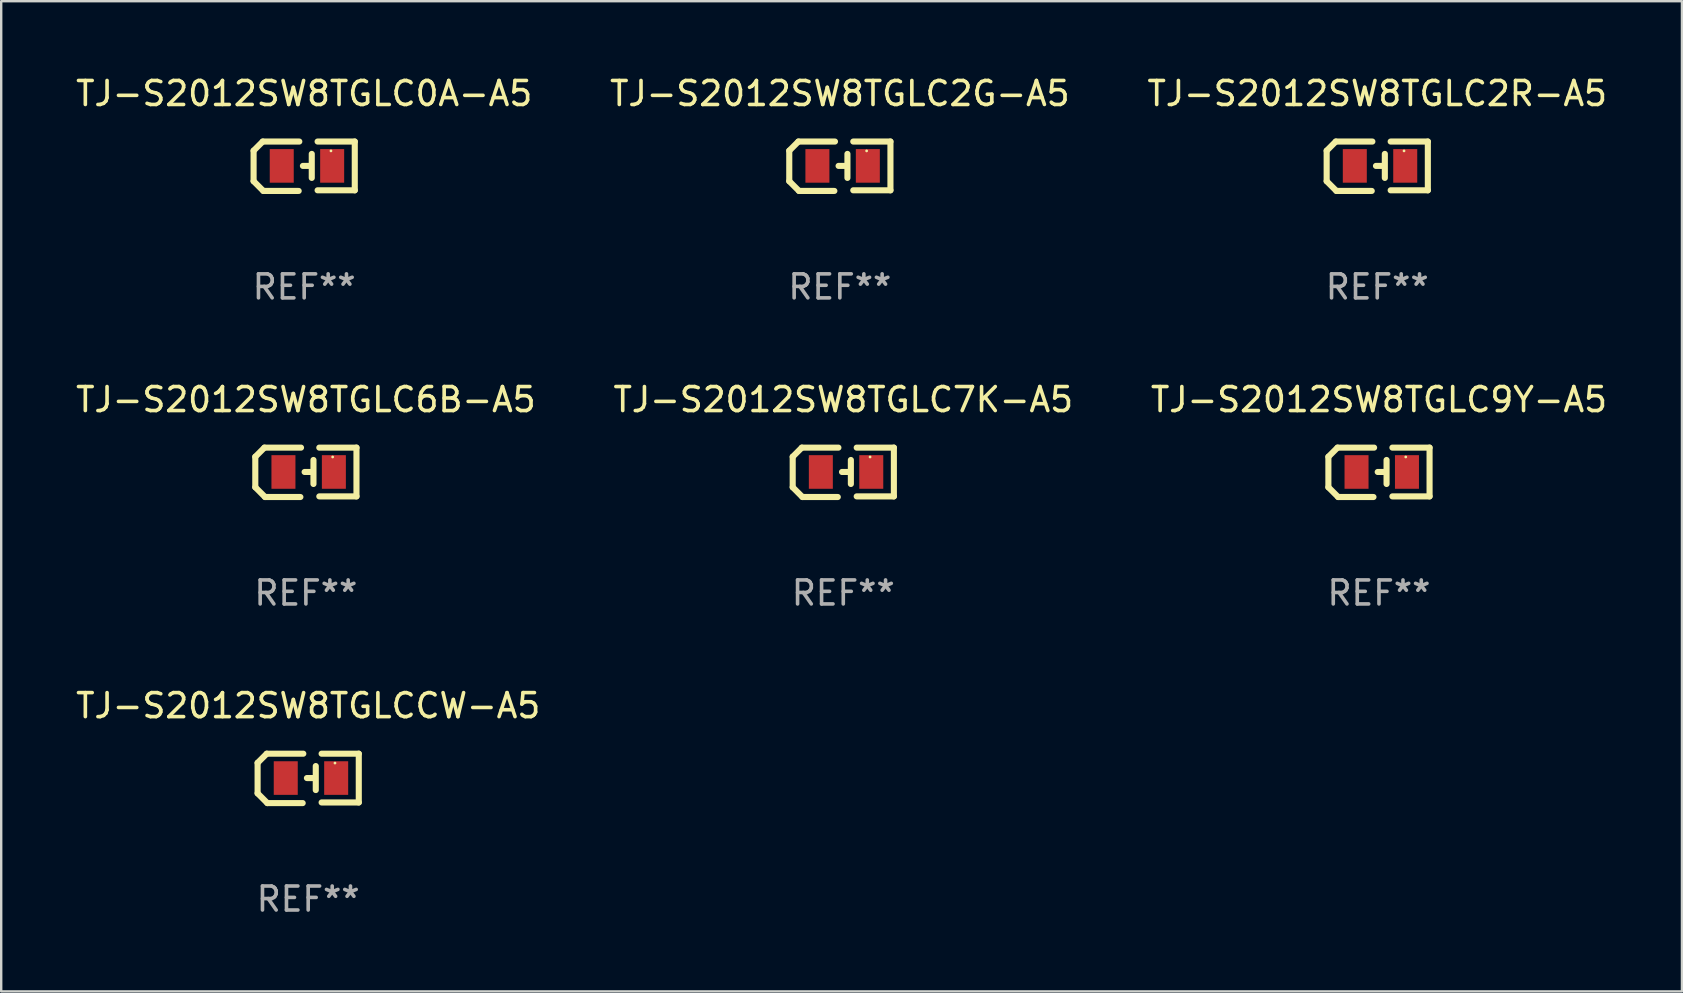
<source format=kicad_pcb>
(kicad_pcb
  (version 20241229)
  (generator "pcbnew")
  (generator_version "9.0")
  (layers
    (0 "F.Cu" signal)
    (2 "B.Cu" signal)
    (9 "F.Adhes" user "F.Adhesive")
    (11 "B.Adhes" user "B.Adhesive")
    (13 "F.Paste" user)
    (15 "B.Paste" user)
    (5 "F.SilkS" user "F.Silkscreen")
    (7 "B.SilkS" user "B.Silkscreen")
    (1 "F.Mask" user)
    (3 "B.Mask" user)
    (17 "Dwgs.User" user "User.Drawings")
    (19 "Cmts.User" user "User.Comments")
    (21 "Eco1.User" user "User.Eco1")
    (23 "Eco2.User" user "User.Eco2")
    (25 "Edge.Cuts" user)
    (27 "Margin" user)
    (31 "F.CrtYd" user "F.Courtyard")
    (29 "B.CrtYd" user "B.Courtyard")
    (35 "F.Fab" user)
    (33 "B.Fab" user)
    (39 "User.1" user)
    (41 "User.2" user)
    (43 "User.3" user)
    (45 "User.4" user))
  (footprint "TJ-S2012SW8TGLC6B-A5"
    (layer "F.Cu")
    (at 9.696 16.631)
    (property "Reference" "TJ-S2012SW8TGLC6B-A5" (at 0 -3.029 0) (layer "F.SilkS") (effects (font (size 1 1) (thickness 0.15))))
    (attr through_hole)
    (fp_line (start -2.108 -0.648) (end -1.727 -1.029) (stroke (width 0.254) (type solid)) (layer "F.SilkS"))
    (fp_line (start -2.108 0.622) (end -2.108 -0.648) (stroke (width 0.254) (type solid)) (layer "F.SilkS"))
    (fp_line (start -1.727 -1.029) (end -0.203 -1.029) (stroke (width 0.254) (type solid)) (layer "F.SilkS"))
    (fp_line (start -1.702 1.029) (end -2.108 0.622) (stroke (width 0.254) (type solid)) (layer "F.SilkS"))
    (fp_line (start -0.229 1.029) (end -1.702 1.029) (stroke (width 0.254) (type solid)) (layer "F.SilkS"))
    (fp_line (start 0.216 -0.014) (end -0.053 -0.014) (stroke (width 0.254) (type solid)) (layer "F.SilkS"))
    (fp_line (start 0.316 -0.514) (end 0.316 0.486) (stroke (width 0.254) (type solid)) (layer "F.SilkS"))
    (fp_line (start 0.559 1.003) (end 2.108 1.003) (stroke (width 0.254) (type solid)) (layer "F.SilkS"))
    (fp_line (start 2.108 -1.029) (end 0.559 -1.029) (stroke (width 0.254) (type solid)) (layer "F.SilkS"))
    (fp_line (start 2.108 1.003) (end 2.108 -1.029) (stroke (width 0.254) (type solid)) (layer "F.SilkS"))
    (fp_circle (center 1.116 -0.639) (end 1.146 -0.639) (stroke (width 0.06) (type solid)) (fill no) (layer "F.SilkS"))
    (fp_text user "REF**" (at 0 5.029 0) (layer "F.Fab") (effects (font (size 1 1) (thickness 0.15))))
    (pad "1" smd rect (at 1.166 -0.014 180) (size 1 1.4) (layers "F.Cu" "F.Mask" "F.Paste"))
    (pad "2" smd rect (at -0.935 -0.014 180) (size 1 1.4) (layers "F.Cu" "F.Mask" "F.Paste")))
  (footprint "TJ-S2012SW8TGLC2R-A5"
    (layer "F.Cu")
    (at 54.339 3.877)
    (property "Reference" "TJ-S2012SW8TGLC2R-A5" (at 0 -3.029 0) (layer "F.SilkS") (effects (font (size 1 1) (thickness 0.15))))
    (attr through_hole)
    (fp_line (start -2.108 -0.648) (end -1.727 -1.029) (stroke (width 0.254) (type solid)) (layer "F.SilkS"))
    (fp_line (start -2.108 0.622) (end -2.108 -0.648) (stroke (width 0.254) (type solid)) (layer "F.SilkS"))
    (fp_line (start -1.727 -1.029) (end -0.203 -1.029) (stroke (width 0.254) (type solid)) (layer "F.SilkS"))
    (fp_line (start -1.702 1.029) (end -2.108 0.622) (stroke (width 0.254) (type solid)) (layer "F.SilkS"))
    (fp_line (start -0.229 1.029) (end -1.702 1.029) (stroke (width 0.254) (type solid)) (layer "F.SilkS"))
    (fp_line (start 0.216 -0.014) (end -0.053 -0.014) (stroke (width 0.254) (type solid)) (layer "F.SilkS"))
    (fp_line (start 0.316 -0.514) (end 0.316 0.486) (stroke (width 0.254) (type solid)) (layer "F.SilkS"))
    (fp_line (start 0.559 1.003) (end 2.108 1.003) (stroke (width 0.254) (type solid)) (layer "F.SilkS"))
    (fp_line (start 2.108 -1.029) (end 0.559 -1.029) (stroke (width 0.254) (type solid)) (layer "F.SilkS"))
    (fp_line (start 2.108 1.003) (end 2.108 -1.029) (stroke (width 0.254) (type solid)) (layer "F.SilkS"))
    (fp_circle (center 1.116 -0.639) (end 1.146 -0.639) (stroke (width 0.06) (type solid)) (fill no) (layer "F.SilkS"))
    (fp_text user "REF**" (at 0 5.029 0) (layer "F.Fab") (effects (font (size 1 1) (thickness 0.15))))
    (pad "1" smd rect (at 1.166 -0.014 180) (size 1 1.4) (layers "F.Cu" "F.Mask" "F.Paste"))
    (pad "2" smd rect (at -0.935 -0.014 180) (size 1 1.4) (layers "F.Cu" "F.Mask" "F.Paste")))
  (footprint "TJ-S2012SW8TGLC0A-A5"
    (layer "F.Cu")
    (at 9.625 3.877)
    (property "Reference" "TJ-S2012SW8TGLC0A-A5" (at 0 -3.029 0) (layer "F.SilkS") (effects (font (size 1 1) (thickness 0.15))))
    (attr through_hole)
    (fp_line (start -2.108 -0.648) (end -1.727 -1.029) (stroke (width 0.254) (type solid)) (layer "F.SilkS"))
    (fp_line (start -2.108 0.622) (end -2.108 -0.648) (stroke (width 0.254) (type solid)) (layer "F.SilkS"))
    (fp_line (start -1.727 -1.029) (end -0.203 -1.029) (stroke (width 0.254) (type solid)) (layer "F.SilkS"))
    (fp_line (start -1.702 1.029) (end -2.108 0.622) (stroke (width 0.254) (type solid)) (layer "F.SilkS"))
    (fp_line (start -0.229 1.029) (end -1.702 1.029) (stroke (width 0.254) (type solid)) (layer "F.SilkS"))
    (fp_line (start 0.216 -0.014) (end -0.053 -0.014) (stroke (width 0.254) (type solid)) (layer "F.SilkS"))
    (fp_line (start 0.316 -0.514) (end 0.316 0.486) (stroke (width 0.254) (type solid)) (layer "F.SilkS"))
    (fp_line (start 0.559 1.003) (end 2.108 1.003) (stroke (width 0.254) (type solid)) (layer "F.SilkS"))
    (fp_line (start 2.108 -1.029) (end 0.559 -1.029) (stroke (width 0.254) (type solid)) (layer "F.SilkS"))
    (fp_line (start 2.108 1.003) (end 2.108 -1.029) (stroke (width 0.254) (type solid)) (layer "F.SilkS"))
    (fp_circle (center 1.116 -0.639) (end 1.146 -0.639) (stroke (width 0.06) (type solid)) (fill no) (layer "F.SilkS"))
    (fp_text user "REF**" (at 0 5.029 0) (layer "F.Fab") (effects (font (size 1 1) (thickness 0.15))))
    (pad "1" smd rect (at 1.166 -0.014 180) (size 1 1.4) (layers "F.Cu" "F.Mask" "F.Paste"))
    (pad "2" smd rect (at -0.935 -0.014 180) (size 1 1.4) (layers "F.Cu" "F.Mask" "F.Paste")))
  (footprint "TJ-S2012SW8TGLCCW-A5"
    (layer "F.Cu")
    (at 9.792 29.385)
    (property "Reference" "TJ-S2012SW8TGLCCW-A5" (at 0 -3.029 0) (layer "F.SilkS") (effects (font (size 1 1) (thickness 0.15))))
    (attr through_hole)
    (fp_line (start -2.108 -0.648) (end -1.727 -1.029) (stroke (width 0.254) (type solid)) (layer "F.SilkS"))
    (fp_line (start -2.108 0.622) (end -2.108 -0.648) (stroke (width 0.254) (type solid)) (layer "F.SilkS"))
    (fp_line (start -1.727 -1.029) (end -0.203 -1.029) (stroke (width 0.254) (type solid)) (layer "F.SilkS"))
    (fp_line (start -1.702 1.029) (end -2.108 0.622) (stroke (width 0.254) (type solid)) (layer "F.SilkS"))
    (fp_line (start -0.229 1.029) (end -1.702 1.029) (stroke (width 0.254) (type solid)) (layer "F.SilkS"))
    (fp_line (start 0.216 -0.014) (end -0.053 -0.014) (stroke (width 0.254) (type solid)) (layer "F.SilkS"))
    (fp_line (start 0.316 -0.514) (end 0.316 0.486) (stroke (width 0.254) (type solid)) (layer "F.SilkS"))
    (fp_line (start 0.559 1.003) (end 2.108 1.003) (stroke (width 0.254) (type solid)) (layer "F.SilkS"))
    (fp_line (start 2.108 -1.029) (end 0.559 -1.029) (stroke (width 0.254) (type solid)) (layer "F.SilkS"))
    (fp_line (start 2.108 1.003) (end 2.108 -1.029) (stroke (width 0.254) (type solid)) (layer "F.SilkS"))
    (fp_circle (center 1.116 -0.639) (end 1.146 -0.639) (stroke (width 0.06) (type solid)) (fill no) (layer "F.SilkS"))
    (fp_text user "REF**" (at 0 5.029 0) (layer "F.Fab") (effects (font (size 1 1) (thickness 0.15))))
    (pad "1" smd rect (at 1.166 -0.014 180) (size 1 1.4) (layers "F.Cu" "F.Mask" "F.Paste"))
    (pad "2" smd rect (at -0.935 -0.014 180) (size 1 1.4) (layers "F.Cu" "F.Mask" "F.Paste")))
  (footprint "TJ-S2012SW8TGLC2G-A5"
    (layer "F.Cu")
    (at 31.946 3.877)
    (property "Reference" "TJ-S2012SW8TGLC2G-A5" (at 0 -3.029 0) (layer "F.SilkS") (effects (font (size 1 1) (thickness 0.15))))
    (attr through_hole)
    (fp_line (start -2.108 -0.648) (end -1.727 -1.029) (stroke (width 0.254) (type solid)) (layer "F.SilkS"))
    (fp_line (start -2.108 0.622) (end -2.108 -0.648) (stroke (width 0.254) (type solid)) (layer "F.SilkS"))
    (fp_line (start -1.727 -1.029) (end -0.203 -1.029) (stroke (width 0.254) (type solid)) (layer "F.SilkS"))
    (fp_line (start -1.702 1.029) (end -2.108 0.622) (stroke (width 0.254) (type solid)) (layer "F.SilkS"))
    (fp_line (start -0.229 1.029) (end -1.702 1.029) (stroke (width 0.254) (type solid)) (layer "F.SilkS"))
    (fp_line (start 0.216 -0.014) (end -0.053 -0.014) (stroke (width 0.254) (type solid)) (layer "F.SilkS"))
    (fp_line (start 0.316 -0.514) (end 0.316 0.486) (stroke (width 0.254) (type solid)) (layer "F.SilkS"))
    (fp_line (start 0.559 1.003) (end 2.108 1.003) (stroke (width 0.254) (type solid)) (layer "F.SilkS"))
    (fp_line (start 2.108 -1.029) (end 0.559 -1.029) (stroke (width 0.254) (type solid)) (layer "F.SilkS"))
    (fp_line (start 2.108 1.003) (end 2.108 -1.029) (stroke (width 0.254) (type solid)) (layer "F.SilkS"))
    (fp_circle (center 1.116 -0.639) (end 1.146 -0.639) (stroke (width 0.06) (type solid)) (fill no) (layer "F.SilkS"))
    (fp_text user "REF**" (at 0 5.029 0) (layer "F.Fab") (effects (font (size 1 1) (thickness 0.15))))
    (pad "1" smd rect (at 1.166 -0.014 180) (size 1 1.4) (layers "F.Cu" "F.Mask" "F.Paste"))
    (pad "2" smd rect (at -0.935 -0.014 180) (size 1 1.4) (layers "F.Cu" "F.Mask" "F.Paste")))
  (footprint "TJ-S2012SW8TGLC7K-A5"
    (layer "F.Cu")
    (at 32.089 16.631)
    (property "Reference" "TJ-S2012SW8TGLC7K-A5" (at 0 -3.029 0) (layer "F.SilkS") (effects (font (size 1 1) (thickness 0.15))))
    (attr through_hole)
    (fp_line (start -2.108 -0.648) (end -1.727 -1.029) (stroke (width 0.254) (type solid)) (layer "F.SilkS"))
    (fp_line (start -2.108 0.622) (end -2.108 -0.648) (stroke (width 0.254) (type solid)) (layer "F.SilkS"))
    (fp_line (start -1.727 -1.029) (end -0.203 -1.029) (stroke (width 0.254) (type solid)) (layer "F.SilkS"))
    (fp_line (start -1.702 1.029) (end -2.108 0.622) (stroke (width 0.254) (type solid)) (layer "F.SilkS"))
    (fp_line (start -0.229 1.029) (end -1.702 1.029) (stroke (width 0.254) (type solid)) (layer "F.SilkS"))
    (fp_line (start 0.216 -0.014) (end -0.053 -0.014) (stroke (width 0.254) (type solid)) (layer "F.SilkS"))
    (fp_line (start 0.316 -0.514) (end 0.316 0.486) (stroke (width 0.254) (type solid)) (layer "F.SilkS"))
    (fp_line (start 0.559 1.003) (end 2.108 1.003) (stroke (width 0.254) (type solid)) (layer "F.SilkS"))
    (fp_line (start 2.108 -1.029) (end 0.559 -1.029) (stroke (width 0.254) (type solid)) (layer "F.SilkS"))
    (fp_line (start 2.108 1.003) (end 2.108 -1.029) (stroke (width 0.254) (type solid)) (layer "F.SilkS"))
    (fp_circle (center 1.116 -0.639) (end 1.146 -0.639) (stroke (width 0.06) (type solid)) (fill no) (layer "F.SilkS"))
    (fp_text user "REF**" (at 0 5.029 0) (layer "F.Fab") (effects (font (size 1 1) (thickness 0.15))))
    (pad "1" smd rect (at 1.166 -0.014 180) (size 1 1.4) (layers "F.Cu" "F.Mask" "F.Paste"))
    (pad "2" smd rect (at -0.935 -0.014 180) (size 1 1.4) (layers "F.Cu" "F.Mask" "F.Paste")))
  (footprint "TJ-S2012SW8TGLC9Y-A5"
    (layer "F.Cu")
    (at 54.411 16.631)
    (property "Reference" "TJ-S2012SW8TGLC9Y-A5" (at 0 -3.029 0) (layer "F.SilkS") (effects (font (size 1 1) (thickness 0.15))))
    (attr through_hole)
    (fp_line (start -2.108 -0.648) (end -1.727 -1.029) (stroke (width 0.254) (type solid)) (layer "F.SilkS"))
    (fp_line (start -2.108 0.622) (end -2.108 -0.648) (stroke (width 0.254) (type solid)) (layer "F.SilkS"))
    (fp_line (start -1.727 -1.029) (end -0.203 -1.029) (stroke (width 0.254) (type solid)) (layer "F.SilkS"))
    (fp_line (start -1.702 1.029) (end -2.108 0.622) (stroke (width 0.254) (type solid)) (layer "F.SilkS"))
    (fp_line (start -0.229 1.029) (end -1.702 1.029) (stroke (width 0.254) (type solid)) (layer "F.SilkS"))
    (fp_line (start 0.216 -0.014) (end -0.053 -0.014) (stroke (width 0.254) (type solid)) (layer "F.SilkS"))
    (fp_line (start 0.316 -0.514) (end 0.316 0.486) (stroke (width 0.254) (type solid)) (layer "F.SilkS"))
    (fp_line (start 0.559 1.003) (end 2.108 1.003) (stroke (width 0.254) (type solid)) (layer "F.SilkS"))
    (fp_line (start 2.108 -1.029) (end 0.559 -1.029) (stroke (width 0.254) (type solid)) (layer "F.SilkS"))
    (fp_line (start 2.108 1.003) (end 2.108 -1.029) (stroke (width 0.254) (type solid)) (layer "F.SilkS"))
    (fp_circle (center 1.116 -0.639) (end 1.146 -0.639) (stroke (width 0.06) (type solid)) (fill no) (layer "F.SilkS"))
    (fp_text user "REF**" (at 0 5.029 0) (layer "F.Fab") (effects (font (size 1 1) (thickness 0.15))))
    (pad "1" smd rect (at 1.166 -0.014 180) (size 1 1.4) (layers "F.Cu" "F.Mask" "F.Paste"))
    (pad "2" smd rect (at -0.935 -0.014 180) (size 1 1.4) (layers "F.Cu" "F.Mask" "F.Paste")))
  (gr_rect
    (start -3 -3)
    (end 67.036 38.262)
    (stroke (width 0.1) (type default))
    (fill no)
    (layer "Edge.Cuts")))
</source>
